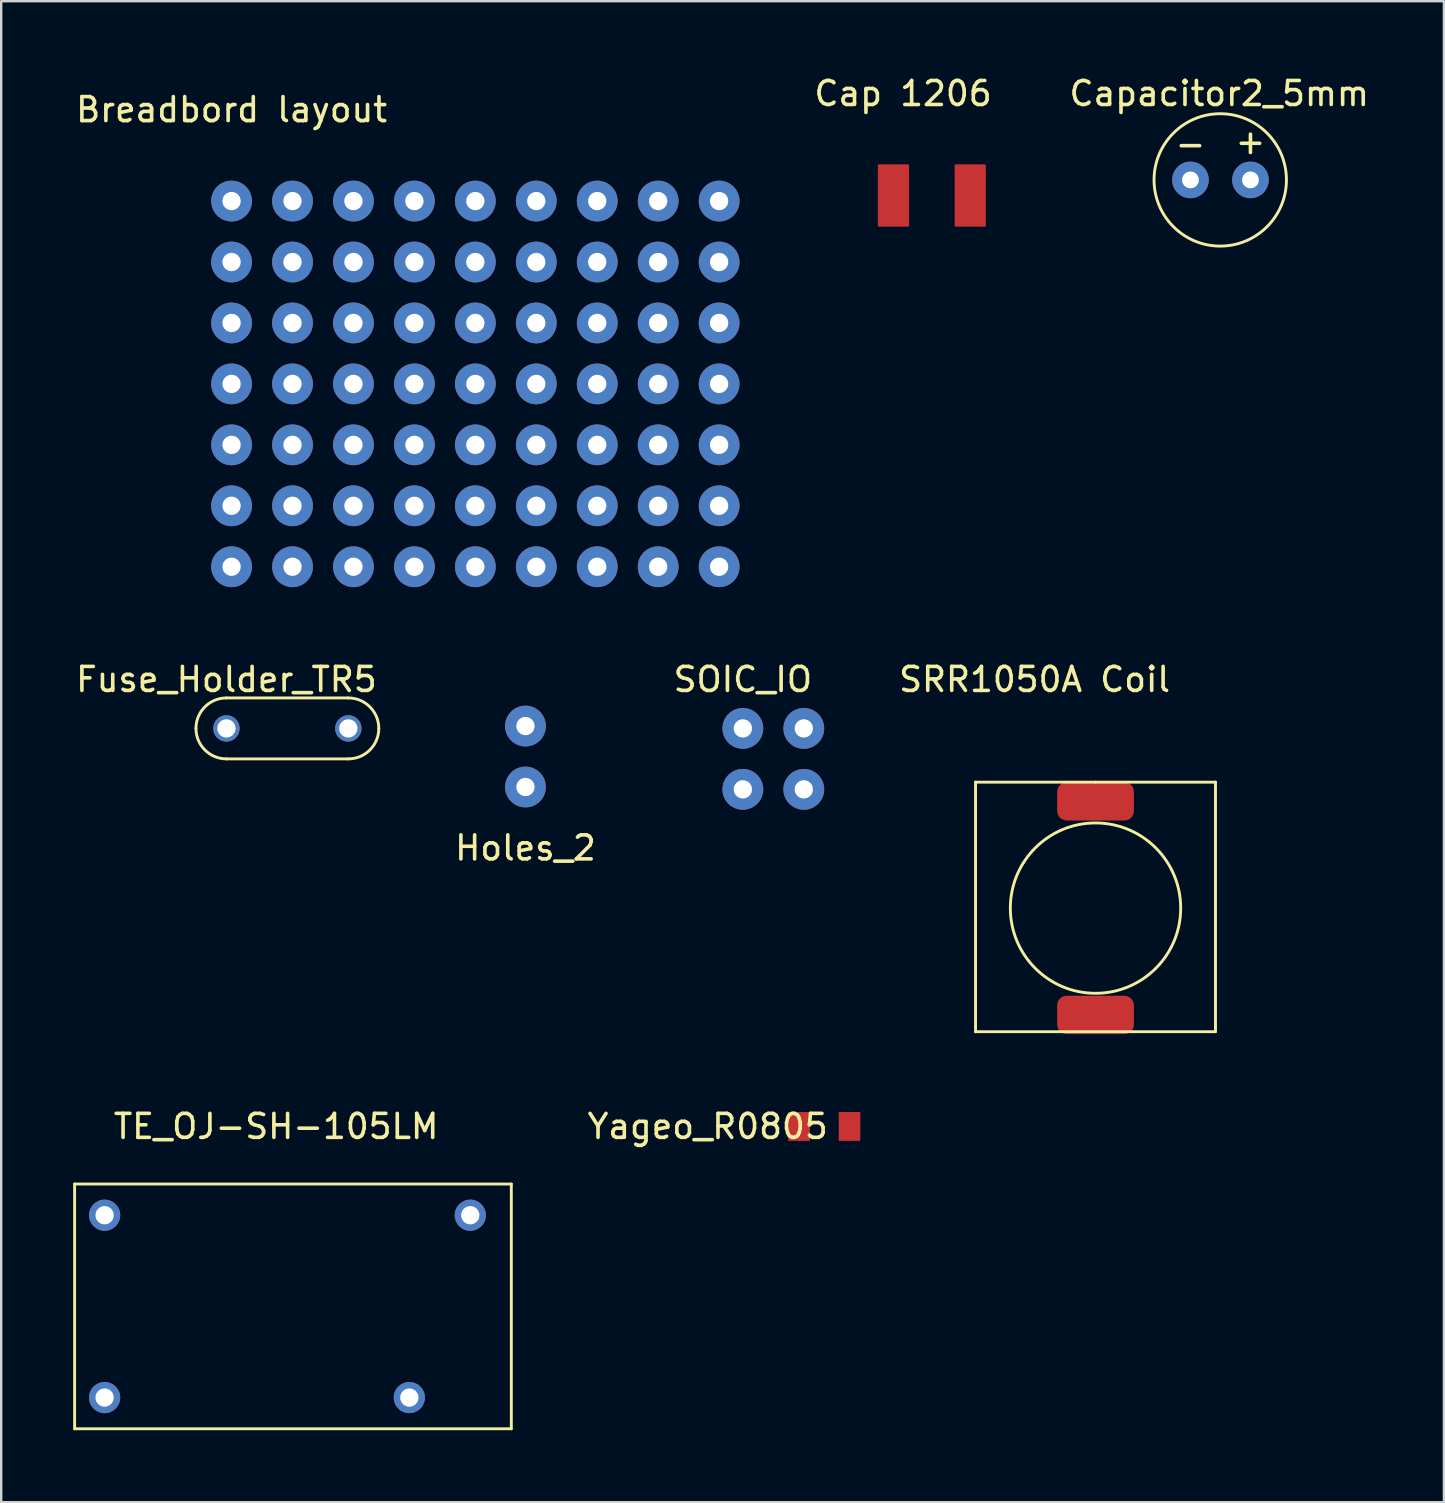
<source format=kicad_pcb>
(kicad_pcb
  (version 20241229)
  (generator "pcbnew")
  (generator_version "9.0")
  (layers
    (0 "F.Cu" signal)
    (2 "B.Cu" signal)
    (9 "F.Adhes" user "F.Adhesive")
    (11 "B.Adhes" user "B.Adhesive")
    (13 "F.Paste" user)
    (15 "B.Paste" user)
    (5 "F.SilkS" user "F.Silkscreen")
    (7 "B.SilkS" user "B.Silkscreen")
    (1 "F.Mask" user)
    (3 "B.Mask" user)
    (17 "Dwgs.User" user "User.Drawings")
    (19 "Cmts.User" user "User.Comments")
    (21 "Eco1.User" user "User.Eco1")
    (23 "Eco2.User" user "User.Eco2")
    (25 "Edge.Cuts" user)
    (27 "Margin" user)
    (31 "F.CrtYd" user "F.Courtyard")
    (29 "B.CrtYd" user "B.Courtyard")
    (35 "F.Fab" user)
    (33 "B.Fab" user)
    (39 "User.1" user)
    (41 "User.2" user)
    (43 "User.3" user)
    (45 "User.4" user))
  (footprint "Breadbord layout"
    (layer "F.Cu")
    (at 6.601 0.25)
    (property "Reference" "Breadbord layout" (at 0 1.27 0) (layer "F.SilkS") (effects (font (size 1 1) (thickness 0.15))))
    (attr through_hole)
    (pad "1" thru_hole circle (at 0 5.08) (size 1.7 1.7) (drill 0.762) (layers "*.Cu" "*.Mask"))
    (pad "1" thru_hole circle (at 0 7.62) (size 1.7 1.7) (drill 0.762) (layers "*.Cu" "*.Mask"))
    (pad "1" thru_hole circle (at 0 10.16) (size 1.7 1.7) (drill 0.762) (layers "*.Cu" "*.Mask"))
    (pad "1" thru_hole circle (at 0 12.7) (size 1.7 1.7) (drill 0.762) (layers "*.Cu" "*.Mask"))
    (pad "1" thru_hole circle (at 0 15.24) (size 1.7 1.7) (drill 0.762) (layers "*.Cu" "*.Mask"))
    (pad "1" thru_hole circle (at 0 17.78) (size 1.7 1.7) (drill 0.762) (layers "*.Cu" "*.Mask"))
    (pad "1" thru_hole circle (at 0 20.32) (size 1.7 1.7) (drill 0.762) (layers "*.Cu" "*.Mask"))
    (pad "1" thru_hole circle (at 2.54 5.08) (size 1.7 1.7) (drill 0.762) (layers "*.Cu" "*.Mask"))
    (pad "1" thru_hole circle (at 2.54 7.62) (size 1.7 1.7) (drill 0.762) (layers "*.Cu" "*.Mask"))
    (pad "1" thru_hole circle (at 2.54 10.16) (size 1.7 1.7) (drill 0.762) (layers "*.Cu" "*.Mask"))
    (pad "1" thru_hole circle (at 2.54 12.7) (size 1.7 1.7) (drill 0.762) (layers "*.Cu" "*.Mask"))
    (pad "1" thru_hole circle (at 2.54 15.24) (size 1.7 1.7) (drill 0.762) (layers "*.Cu" "*.Mask"))
    (pad "1" thru_hole circle (at 2.54 17.78) (size 1.7 1.7) (drill 0.762) (layers "*.Cu" "*.Mask"))
    (pad "1" thru_hole circle (at 2.54 20.32) (size 1.7 1.7) (drill 0.762) (layers "*.Cu" "*.Mask"))
    (pad "1" thru_hole circle (at 5.08 5.08) (size 1.7 1.7) (drill 0.762) (layers "*.Cu" "*.Mask"))
    (pad "1" thru_hole circle (at 5.08 7.62) (size 1.7 1.7) (drill 0.762) (layers "*.Cu" "*.Mask"))
    (pad "1" thru_hole circle (at 5.08 10.16) (size 1.7 1.7) (drill 0.762) (layers "*.Cu" "*.Mask"))
    (pad "1" thru_hole circle (at 5.08 12.7) (size 1.7 1.7) (drill 0.762) (layers "*.Cu" "*.Mask"))
    (pad "1" thru_hole circle (at 5.08 15.24) (size 1.7 1.7) (drill 0.762) (layers "*.Cu" "*.Mask"))
    (pad "1" thru_hole circle (at 5.08 17.78) (size 1.7 1.7) (drill 0.762) (layers "*.Cu" "*.Mask"))
    (pad "1" thru_hole circle (at 5.08 20.32) (size 1.7 1.7) (drill 0.762) (layers "*.Cu" "*.Mask"))
    (pad "1" thru_hole circle (at 7.62 5.08) (size 1.7 1.7) (drill 0.762) (layers "*.Cu" "*.Mask"))
    (pad "1" thru_hole circle (at 7.62 7.62) (size 1.7 1.7) (drill 0.762) (layers "*.Cu" "*.Mask"))
    (pad "1" thru_hole circle (at 7.62 10.16) (size 1.7 1.7) (drill 0.762) (layers "*.Cu" "*.Mask"))
    (pad "1" thru_hole circle (at 7.62 12.7) (size 1.7 1.7) (drill 0.762) (layers "*.Cu" "*.Mask"))
    (pad "1" thru_hole circle (at 7.62 15.24) (size 1.7 1.7) (drill 0.762) (layers "*.Cu" "*.Mask"))
    (pad "1" thru_hole circle (at 7.62 17.78) (size 1.7 1.7) (drill 0.762) (layers "*.Cu" "*.Mask"))
    (pad "1" thru_hole circle (at 7.62 20.32) (size 1.7 1.7) (drill 0.762) (layers "*.Cu" "*.Mask"))
    (pad "1" thru_hole circle (at 10.16 5.08) (size 1.7 1.7) (drill 0.762) (layers "*.Cu" "*.Mask"))
    (pad "1" thru_hole circle (at 10.16 7.62) (size 1.7 1.7) (drill 0.762) (layers "*.Cu" "*.Mask"))
    (pad "1" thru_hole circle (at 10.16 10.16) (size 1.7 1.7) (drill 0.762) (layers "*.Cu" "*.Mask"))
    (pad "1" thru_hole circle (at 10.16 12.7) (size 1.7 1.7) (drill 0.762) (layers "*.Cu" "*.Mask"))
    (pad "1" thru_hole circle (at 10.16 15.24) (size 1.7 1.7) (drill 0.762) (layers "*.Cu" "*.Mask"))
    (pad "1" thru_hole circle (at 10.16 17.78) (size 1.7 1.7) (drill 0.762) (layers "*.Cu" "*.Mask"))
    (pad "1" thru_hole circle (at 10.16 20.32) (size 1.7 1.7) (drill 0.762) (layers "*.Cu" "*.Mask"))
    (pad "1" thru_hole circle (at 12.7 5.08) (size 1.7 1.7) (drill 0.762) (layers "*.Cu" "*.Mask"))
    (pad "1" thru_hole circle (at 12.7 7.62) (size 1.7 1.7) (drill 0.762) (layers "*.Cu" "*.Mask"))
    (pad "1" thru_hole circle (at 12.7 10.16) (size 1.7 1.7) (drill 0.762) (layers "*.Cu" "*.Mask"))
    (pad "1" thru_hole circle (at 12.7 12.7) (size 1.7 1.7) (drill 0.762) (layers "*.Cu" "*.Mask"))
    (pad "1" thru_hole circle (at 12.7 15.24) (size 1.7 1.7) (drill 0.762) (layers "*.Cu" "*.Mask"))
    (pad "1" thru_hole circle (at 12.7 17.78) (size 1.7 1.7) (drill 0.762) (layers "*.Cu" "*.Mask"))
    (pad "1" thru_hole circle (at 12.7 20.32) (size 1.7 1.7) (drill 0.762) (layers "*.Cu" "*.Mask"))
    (pad "1" thru_hole circle (at 15.24 5.08) (size 1.7 1.7) (drill 0.762) (layers "*.Cu" "*.Mask"))
    (pad "1" thru_hole circle (at 15.24 7.62) (size 1.7 1.7) (drill 0.762) (layers "*.Cu" "*.Mask"))
    (pad "1" thru_hole circle (at 15.24 10.16) (size 1.7 1.7) (drill 0.762) (layers "*.Cu" "*.Mask"))
    (pad "1" thru_hole circle (at 15.24 12.7) (size 1.7 1.7) (drill 0.762) (layers "*.Cu" "*.Mask"))
    (pad "1" thru_hole circle (at 15.24 15.24) (size 1.7 1.7) (drill 0.762) (layers "*.Cu" "*.Mask"))
    (pad "1" thru_hole circle (at 15.24 17.78) (size 1.7 1.7) (drill 0.762) (layers "*.Cu" "*.Mask"))
    (pad "1" thru_hole circle (at 15.24 20.32) (size 1.7 1.7) (drill 0.762) (layers "*.Cu" "*.Mask"))
    (pad "1" thru_hole circle (at 17.78 5.08) (size 1.7 1.7) (drill 0.762) (layers "*.Cu" "*.Mask"))
    (pad "1" thru_hole circle (at 17.78 7.62) (size 1.7 1.7) (drill 0.762) (layers "*.Cu" "*.Mask"))
    (pad "1" thru_hole circle (at 17.78 10.16) (size 1.7 1.7) (drill 0.762) (layers "*.Cu" "*.Mask"))
    (pad "1" thru_hole circle (at 17.78 12.7) (size 1.7 1.7) (drill 0.762) (layers "*.Cu" "*.Mask"))
    (pad "1" thru_hole circle (at 17.78 15.24) (size 1.7 1.7) (drill 0.762) (layers "*.Cu" "*.Mask"))
    (pad "1" thru_hole circle (at 17.78 17.78) (size 1.7 1.7) (drill 0.762) (layers "*.Cu" "*.Mask"))
    (pad "1" thru_hole circle (at 17.78 20.32) (size 1.7 1.7) (drill 0.762) (layers "*.Cu" "*.Mask"))
    (pad "1" thru_hole circle (at 20.32 5.08) (size 1.7 1.7) (drill 0.762) (layers "*.Cu" "*.Mask"))
    (pad "1" thru_hole circle (at 20.32 7.62) (size 1.7 1.7) (drill 0.762) (layers "*.Cu" "*.Mask"))
    (pad "1" thru_hole circle (at 20.32 10.16) (size 1.7 1.7) (drill 0.762) (layers "*.Cu" "*.Mask"))
    (pad "1" thru_hole circle (at 20.32 12.7) (size 1.7 1.7) (drill 0.762) (layers "*.Cu" "*.Mask"))
    (pad "1" thru_hole circle (at 20.32 15.24) (size 1.7 1.7) (drill 0.762) (layers "*.Cu" "*.Mask"))
    (pad "1" thru_hole circle (at 20.32 17.78) (size 1.7 1.7) (drill 0.762) (layers "*.Cu" "*.Mask"))
    (pad "1" thru_hole circle (at 20.32 20.32) (size 1.7 1.7) (drill 0.762) (layers "*.Cu" "*.Mask")))
  (footprint "Yageo_R0805"
    (layer "F.Cu")
    (at 30.255 43.897)
    (property "Reference" "Yageo_R0805" (at -3.81 0 0) (layer "F.SilkS") (effects (font (size 1 1) (thickness 0.15))))
    (attr through_hole)
    (pad "1" smd rect (at 0 0) (size 0.9 1.2) (layers "F.Cu" "F.Mask" "F.Paste"))
    (pad "2" smd rect (at 2.1 0) (size 0.9 1.2) (layers "F.Cu" "F.Mask" "F.Paste")))
  (footprint "TE_OJ-SH-105LM"
    (layer "F.Cu")
    (at 8.46 46.197)
    (property "Reference" "TE_OJ-SH-105LM" (at 0 -2.3 0) (layer "F.SilkS") (effects (font (size 1 1) (thickness 0.15))))
    (attr through_hole)
    (fp_line (start -8.4 0.1) (end 9.8 0.1) (stroke (width 0.12) (type solid)) (layer "F.SilkS"))
    (fp_line (start -8.4 10.3) (end -8.4 0.1) (stroke (width 0.12) (type solid)) (layer "F.SilkS"))
    (fp_line (start 9.8 0.1) (end 9.8 10.3) (stroke (width 0.12) (type solid)) (layer "F.SilkS"))
    (fp_line (start 9.8 10.3) (end -8.4 10.3) (stroke (width 0.12) (type solid)) (layer "F.SilkS"))
    (pad "1" thru_hole circle (at -7.15 1.4) (size 1.3 1.3) (drill 0.762) (layers "*.Cu" "*.Mask"))
    (pad "2" thru_hole circle (at -7.15 9) (size 1.3 1.3) (drill 0.762) (layers "*.Cu" "*.Mask"))
    (pad "3" thru_hole circle (at 5.55 9) (size 1.3 1.3) (drill 0.762) (layers "*.Cu" "*.Mask"))
    (pad "4" thru_hole circle (at 8.09 1.4) (size 1.3 1.3) (drill 0.762) (layers "*.Cu" "*.Mask")))
  (footprint "SRR1050A Coil"
    (layer "F.Cu")
    (at 42.608 30.348)
    (property "Reference" "SRR1050A Coil" (at -2.54 -5.08 0) (layer "F.SilkS") (effects (font (size 1 1) (thickness 0.15))))
    (attr through_hole)
    (fp_line (start -5 -0.8) (end 0 -0.8) (stroke (width 0.12) (type solid)) (layer "F.SilkS"))
    (fp_line (start -5 9.4) (end -5 -0.8) (stroke (width 0.12) (type solid)) (layer "F.SilkS"))
    (fp_line (start -5 9.4) (end -5 9.6) (stroke (width 0.12) (type solid)) (layer "F.SilkS"))
    (fp_line (start 0 -0.8) (end 5 -0.8) (stroke (width 0.12) (type solid)) (layer "F.SilkS"))
    (fp_line (start 5 -0.8) (end 5 9.4) (stroke (width 0.12) (type solid)) (layer "F.SilkS"))
    (fp_line (start 5 9.4) (end 5 9.6) (stroke (width 0.12) (type solid)) (layer "F.SilkS"))
    (fp_line (start 5 9.6) (end -5 9.6) (stroke (width 0.12) (type solid)) (layer "F.SilkS"))
    (fp_circle (center 0 4.45) (end 3.55 4.45) (stroke (width 0.12) (type solid)) (fill no) (layer "F.SilkS"))
    (pad "1" smd roundrect (at 0 0) (size 3.2 1.6) (layers "F.Cu" "F.Mask" "F.Paste") (roundrect_rratio 0.25))
    (pad "2" smd roundrect (at 0 8.9) (size 3.2 1.6) (layers "F.Cu" "F.Mask" "F.Paste") (roundrect_rratio 0.25)))
  (footprint "Cap 1206"
    (layer "F.Cu")
    (at 34.787 3.148)
    (property "Reference" "Cap 1206" (at -0.2 -2.3 0) (layer "F.SilkS") (effects (font (size 1 1) (thickness 0.15))))
    (attr through_hole)
    (fp_poly (pts (xy 0 3.2) (xy -1.2 3.2) (xy -1.2 0.7) (xy 0 0.7)) (stroke (width 0.1) (type solid)) (fill yes) (layer "F.Cu"))
    (fp_poly (pts (xy 3.2 3.2) (xy 2 3.2) (xy 2 0.7) (xy 3.2 0.7)) (stroke (width 0.1) (type solid)) (fill yes) (layer "F.Cu")))
  (footprint "SOIC_IO"
    (layer "F.Cu")
    (at 27.91 24.768)
    (property "Reference" "SOIC_IO" (at 0 0.5 0) (layer "F.SilkS") (effects (font (size 1 1) (thickness 0.15))))
    (attr through_hole)
    (pad "1" thru_hole circle (at 0 2.54) (size 1.7 1.7) (drill 0.762) (layers "*.Cu" "*.Mask"))
    (pad "2" thru_hole circle (at 2.54 5.08) (size 1.7 1.7) (drill 0.762) (layers "*.Cu" "*.Mask"))
    (pad "3" thru_hole circle (at 2.54 2.54) (size 1.7 1.7) (drill 0.762) (layers "*.Cu" "*.Mask"))
    (pad "4" thru_hole circle (at 0 5.08) (size 1.7 1.7) (drill 0.762) (layers "*.Cu" "*.Mask")))
  (footprint "Holes_2"
    (layer "F.Cu")
    (at 18.85 24.67)
    (property "Reference" "Holes_2" (at 0 7.62 0) (layer "F.SilkS") (effects (font (size 1 1) (thickness 0.15))))
    (attr through_hole)
    (pad "1" thru_hole circle (at 0 2.54) (size 1.7 1.7) (drill 0.762) (layers "*.Cu" "*.Mask"))
    (pad "2" thru_hole circle (at 0 5.08) (size 1.7 1.7) (drill 0.762) (layers "*.Cu" "*.Mask")))
  (footprint "Fuse_Holder_TR5"
    (layer "F.Cu")
    (at 6.387 24.768)
    (property "Reference" "Fuse_Holder_TR5" (at 0 0.5 0) (layer "F.SilkS") (effects (font (size 1 1) (thickness 0.15))))
    (attr through_hole)
    (fp_line (start 0 3.81) (end 5.08 3.81) (stroke (width 0.12) (type solid)) (layer "F.SilkS"))
    (fp_line (start 5.08 1.27) (end 0 1.27) (stroke (width 0.12) (type solid)) (layer "F.SilkS"))
    (fp_arc (start -1.27 2.54) (mid -0.898026 1.641974) (end 0 1.27) (stroke (width 0.12) (type solid)) (layer "F.SilkS"))
    (fp_arc (start 0 3.81) (mid -0.898026 3.438026) (end -1.27 2.54) (stroke (width 0.12) (type solid)) (layer "F.SilkS"))
    (fp_arc (start 5.08 1.27) (mid 5.978026 1.641974) (end 6.35 2.54) (stroke (width 0.12) (type solid)) (layer "F.SilkS"))
    (fp_arc (start 6.35 2.54) (mid 5.978026 3.438026) (end 5.08 3.81) (stroke (width 0.12) (type solid)) (layer "F.SilkS"))
    (pad "1" thru_hole circle (at 0 2.54) (size 1.1 1.1) (drill 0.762) (layers "*.Cu" "*.Mask"))
    (pad "2" thru_hole circle (at 5.08 2.54) (size 1.1 1.1) (drill 0.762) (layers "*.Cu" "*.Mask")))
  (footprint "Capacitor2_5mm"
    (layer "F.Cu")
    (at 47.865 4.448)
    (property "Reference" "Capacitor2_5mm" (at -0.1 -3.6 0) (layer "F.SilkS") (effects (font (size 1 1) (thickness 0.15))))
    (attr through_hole)
    (fp_circle (center -0.059 0) (end -2.059 -1.9) (stroke (width 0.12) (type solid)) (fill no) (layer "F.SilkS"))
    (fp_text user "-" (at -1.3 -1.5 0) (layer "F.SilkS") (effects (font (size 1 1) (thickness 0.15))))
    (fp_text user "+" (at 1.2 -1.6 0) (layer "F.SilkS") (effects (font (size 1 1) (thickness 0.15))))
    (pad "1" thru_hole circle (at -1.3 0) (size 1.524 1.524) (drill 0.7) (layers "*.Cu" "*.Mask"))
    (pad "2" thru_hole circle (at 1.2 0) (size 1.524 1.524) (drill 0.7) (layers "*.Cu" "*.Mask")))
  (gr_rect
    (start -3 -3)
    (end 57.128 59.556)
    (stroke (width 0.1) (type default))
    (fill no)
    (layer "Edge.Cuts")))
</source>
